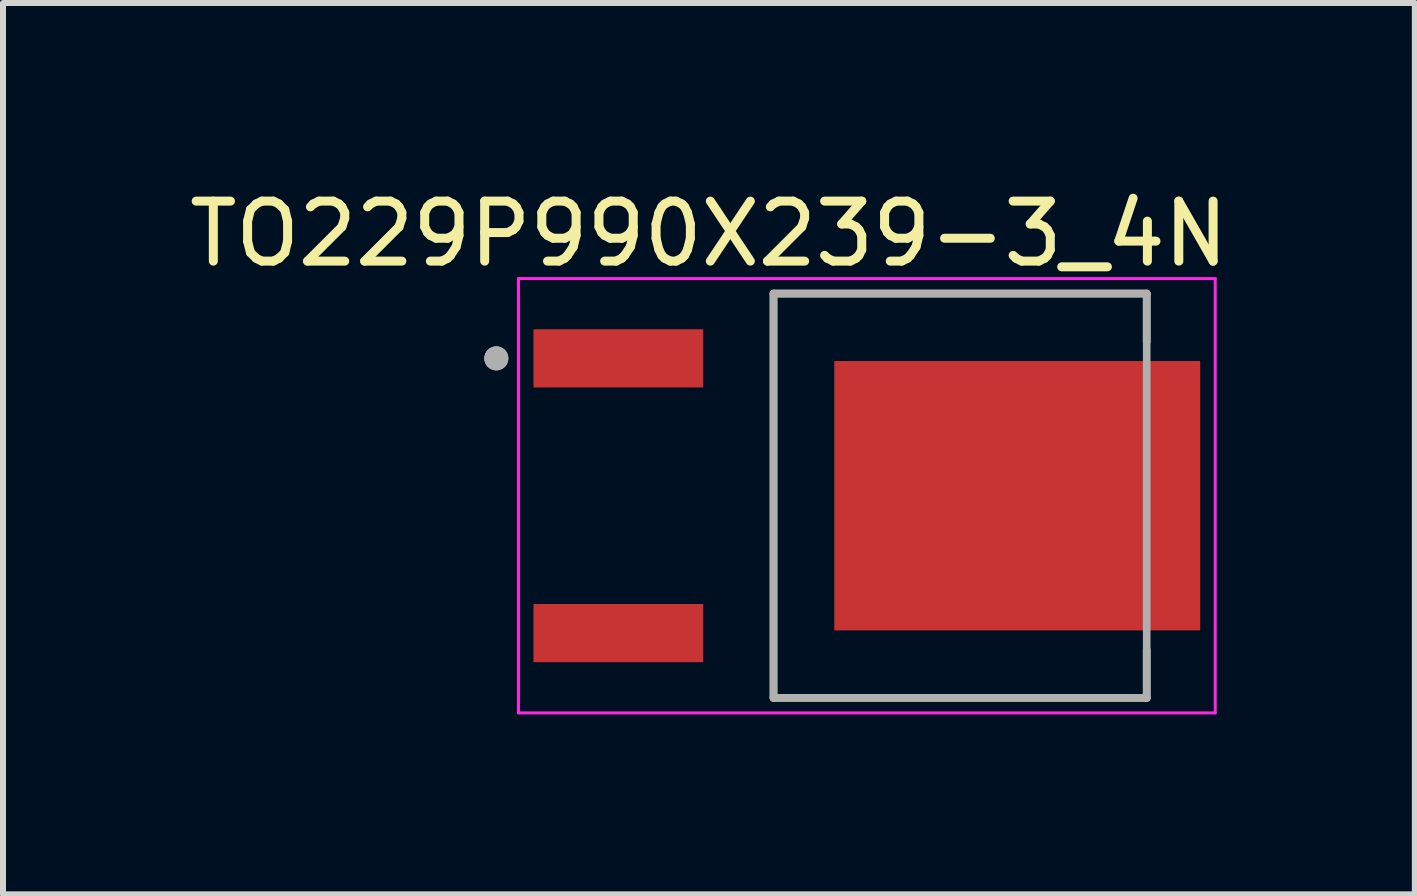
<source format=kicad_pcb>
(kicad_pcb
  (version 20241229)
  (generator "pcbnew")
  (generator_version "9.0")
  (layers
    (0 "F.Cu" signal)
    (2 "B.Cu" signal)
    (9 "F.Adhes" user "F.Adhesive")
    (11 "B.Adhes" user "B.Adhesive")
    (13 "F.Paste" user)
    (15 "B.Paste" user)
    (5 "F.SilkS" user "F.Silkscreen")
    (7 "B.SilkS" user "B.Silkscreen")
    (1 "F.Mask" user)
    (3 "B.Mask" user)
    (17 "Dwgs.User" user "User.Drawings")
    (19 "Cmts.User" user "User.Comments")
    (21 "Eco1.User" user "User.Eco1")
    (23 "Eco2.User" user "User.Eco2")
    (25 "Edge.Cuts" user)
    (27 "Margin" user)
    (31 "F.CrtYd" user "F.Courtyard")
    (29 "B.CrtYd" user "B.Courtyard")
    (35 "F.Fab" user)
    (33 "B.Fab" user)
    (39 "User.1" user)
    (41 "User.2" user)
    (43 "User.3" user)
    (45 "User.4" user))
  (footprint "TO229P990X239-3_4N"
    (layer "F.Cu")
    (at 13.908 5.214)
    (property "Reference" "TO229P990X239-3_4N" (at -5.14 -4.366 0) (layer "F.SilkS") (effects (font (size 1 1) (thickness 0.15))))
    (attr through_hole)
    (fp_line (start -4.063 -3.37) (end 2.158 -3.37) (stroke (width 0.127) (type solid)) (layer "F.SilkS"))
    (fp_line (start -4.063 3.37) (end -4.063 -3.37) (stroke (width 0.127) (type solid)) (layer "F.SilkS"))
    (fp_line (start 2.158 -3.37) (end 2.158 -2.565) (stroke (width 0.127) (type solid)) (layer "F.SilkS"))
    (fp_line (start 2.158 3.37) (end -4.063 3.37) (stroke (width 0.127) (type solid)) (layer "F.SilkS"))
    (fp_line (start 2.158 3.37) (end 2.158 2.565) (stroke (width 0.127) (type solid)) (layer "F.SilkS"))
    (fp_circle (center -8.684 -2.29) (end -8.584 -2.29) (stroke (width 0.2) (type solid)) (fill no) (layer "F.SilkS"))
    (fp_poly (pts (xy -2.426 0.316) (xy -0.316 0.316) (xy -0.316 1.616) (xy -2.426 1.616)) (stroke (width 0.01) (type solid)) (fill yes) (layer "F.Paste"))
    (fp_poly (pts (xy -2.425 -1.616) (xy -0.315 -1.616) (xy -0.315 -0.316) (xy -2.425 -0.316)) (stroke (width 0.01) (type solid)) (fill yes) (layer "F.Paste"))
    (fp_poly (pts (xy 0.315 -1.616) (xy 2.425 -1.616) (xy 2.425 -0.316) (xy 0.315 -0.316)) (stroke (width 0.01) (type solid)) (fill yes) (layer "F.Paste"))
    (fp_poly (pts (xy 0.316 0.316) (xy 2.426 0.316) (xy 2.426 1.616) (xy 0.316 1.616)) (stroke (width 0.01) (type solid)) (fill yes) (layer "F.Paste"))
    (fp_line (start -8.315 -3.62) (end -8.315 3.62) (stroke (width 0.05) (type solid)) (layer "F.CrtYd"))
    (fp_line (start -8.315 3.62) (end 3.3 3.62) (stroke (width 0.05) (type solid)) (layer "F.CrtYd"))
    (fp_line (start 3.3 -3.62) (end -8.315 -3.62) (stroke (width 0.05) (type solid)) (layer "F.CrtYd"))
    (fp_line (start 3.3 3.62) (end 3.3 -3.62) (stroke (width 0.05) (type solid)) (layer "F.CrtYd"))
    (fp_line (start -4.063 -3.37) (end 2.158 -3.37) (stroke (width 0.127) (type solid)) (layer "F.Fab"))
    (fp_line (start -4.063 3.37) (end -4.063 -3.37) (stroke (width 0.127) (type solid)) (layer "F.Fab"))
    (fp_line (start 2.158 -3.37) (end 2.158 3.37) (stroke (width 0.127) (type solid)) (layer "F.Fab"))
    (fp_line (start 2.158 3.37) (end -4.063 3.37) (stroke (width 0.127) (type solid)) (layer "F.Fab"))
    (fp_circle (center -8.684 -2.29) (end -8.584 -2.29) (stroke (width 0.2) (type solid)) (fill no) (layer "F.Fab"))
    (pad "1" smd rect (at -6.65 -2.29) (size 2.83 0.97) (layers "F.Cu" "F.Mask" "F.Paste"))
    (pad "3" smd rect (at -6.65 2.29) (size 2.83 0.97) (layers "F.Cu" "F.Mask" "F.Paste"))
    (pad "4" smd rect (at 0 0) (size 6.1 4.49) (layers "F.Cu" "F.Mask")))
  (gr_rect
    (start -3 -3)
    (end 20.536 11.859)
    (stroke (width 0.1) (type default))
    (fill no)
    (layer "Edge.Cuts")))
</source>
